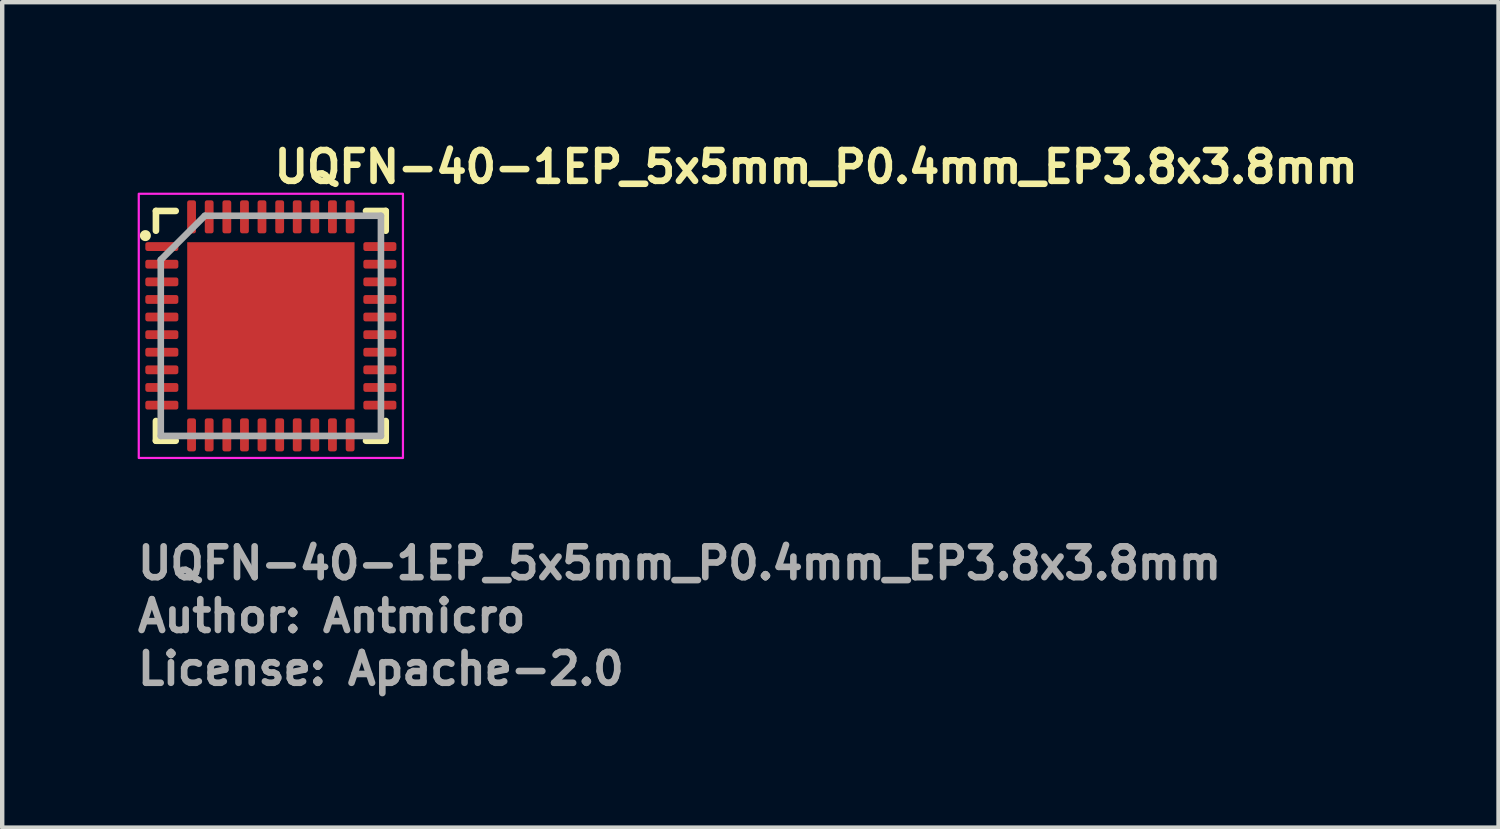
<source format=kicad_pcb>
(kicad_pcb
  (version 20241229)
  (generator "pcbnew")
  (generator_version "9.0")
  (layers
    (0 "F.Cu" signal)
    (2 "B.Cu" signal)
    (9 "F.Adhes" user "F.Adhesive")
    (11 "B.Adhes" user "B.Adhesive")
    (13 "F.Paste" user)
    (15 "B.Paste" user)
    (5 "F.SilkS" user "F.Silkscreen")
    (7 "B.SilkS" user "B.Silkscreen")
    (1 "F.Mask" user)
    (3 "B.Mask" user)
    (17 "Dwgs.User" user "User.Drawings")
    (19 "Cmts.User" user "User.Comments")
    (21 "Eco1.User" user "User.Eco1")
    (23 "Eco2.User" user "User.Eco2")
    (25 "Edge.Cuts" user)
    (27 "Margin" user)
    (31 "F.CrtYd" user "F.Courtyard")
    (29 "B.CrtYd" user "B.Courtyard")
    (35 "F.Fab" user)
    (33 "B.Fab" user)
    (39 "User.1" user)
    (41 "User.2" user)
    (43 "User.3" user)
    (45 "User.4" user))
  (footprint "UQFN-40-1EP_5x5mm_P0.4mm_EP3.8x3.8mm"
    (layer "F.Cu")
    (at 3.101 4.35)
    (property "Reference" "UQFN-40-1EP_5x5mm_P0.4mm_EP3.8x3.8mm" (at 0 -3.2 0) (layer "F.SilkS") (effects (font (size 0.7 0.7) (thickness 0.15)) (justify left bottom)))
    (attr smd)
    (fp_line (start -2.61 -2.161) (end -2.61 -2.61) (stroke (width 0.15) (type solid)) (layer "F.SilkS"))
    (fp_line (start -2.61 2.608) (end -2.61 2.16) (stroke (width 0.15) (type solid)) (layer "F.SilkS"))
    (fp_line (start -2.161 -2.61) (end -2.61 -2.61) (stroke (width 0.15) (type solid)) (layer "F.SilkS"))
    (fp_line (start -2.161 2.608) (end -2.61 2.608) (stroke (width 0.15) (type solid)) (layer "F.SilkS"))
    (fp_line (start 2.16 -2.61) (end 2.608 -2.61) (stroke (width 0.15) (type solid)) (layer "F.SilkS"))
    (fp_line (start 2.16 2.608) (end 2.608 2.608) (stroke (width 0.15) (type solid)) (layer "F.SilkS"))
    (fp_line (start 2.608 -2.61) (end 2.608 -2.161) (stroke (width 0.15) (type solid)) (layer "F.SilkS"))
    (fp_line (start 2.608 2.608) (end 2.608 2.16) (stroke (width 0.15) (type solid)) (layer "F.SilkS"))
    (fp_circle (center -2.85 -2.05) (end -2.8 -2.05) (stroke (width 0.15) (type solid)) (fill yes) (layer "F.SilkS"))
    (fp_rect (start -3 -3) (end 2.999 2.999) (stroke (width 0.05) (type solid)) (fill no) (layer "F.CrtYd"))
    (fp_line (start -2.5 -1.5) (end -1.5 -2.5) (stroke (width 0.15) (type solid)) (layer "F.Fab"))
    (fp_line (start -2.5 2.499) (end -2.5 -1.5) (stroke (width 0.15) (type solid)) (layer "F.Fab"))
    (fp_line (start -1.5 -2.5) (end 2.499 -2.5) (stroke (width 0.15) (type solid)) (layer "F.Fab"))
    (fp_line (start 2.499 -2.5) (end 2.499 2.499) (stroke (width 0.15) (type solid)) (layer "F.Fab"))
    (fp_line (start 2.499 2.499) (end -2.5 2.499) (stroke (width 0.15) (type solid)) (layer "F.Fab"))
    (fp_rect (start -2.5 -2.5) (end 2.499 2.499) (stroke (width 0.1) (type solid)) (fill no) (layer "User.5"))
    (fp_line (start -2.5 -1.901) (end -2.5 -1.7) (stroke (width 0.02) (type solid)) (layer "User.9"))
    (fp_line (start -2.5 -1.7) (end -2.492 -1.7) (stroke (width 0.02) (type solid)) (layer "User.9"))
    (fp_line (start -2.5 -1.5) (end -2.5 -1.301) (stroke (width 0.02) (type solid)) (layer "User.9"))
    (fp_line (start -2.5 -1.301) (end -2.492 -1.301) (stroke (width 0.02) (type solid)) (layer "User.9"))
    (fp_line (start -2.5 -1.101) (end -2.5 -0.902) (stroke (width 0.02) (type solid)) (layer "User.9"))
    (fp_line (start -2.5 -0.902) (end -2.492 -0.902) (stroke (width 0.02) (type solid)) (layer "User.9"))
    (fp_line (start -2.5 -0.701) (end -2.5 -0.5) (stroke (width 0.02) (type solid)) (layer "User.9"))
    (fp_line (start -2.5 -0.5) (end -2.492 -0.5) (stroke (width 0.02) (type solid)) (layer "User.9"))
    (fp_line (start -2.5 -0.3) (end -2.5 -0.102) (stroke (width 0.02) (type solid)) (layer "User.9"))
    (fp_line (start -2.5 -0.102) (end -2.492 -0.102) (stroke (width 0.02) (type solid)) (layer "User.9"))
    (fp_line (start -2.5 0.1) (end -2.5 0.298) (stroke (width 0.02) (type solid)) (layer "User.9"))
    (fp_line (start -2.5 0.298) (end -2.492 0.298) (stroke (width 0.02) (type solid)) (layer "User.9"))
    (fp_line (start -2.5 0.498) (end -2.5 0.699) (stroke (width 0.02) (type solid)) (layer "User.9"))
    (fp_line (start -2.5 0.699) (end -2.492 0.699) (stroke (width 0.02) (type solid)) (layer "User.9"))
    (fp_line (start -2.5 0.9) (end -2.5 1.1) (stroke (width 0.02) (type solid)) (layer "User.9"))
    (fp_line (start -2.5 1.1) (end -2.492 1.1) (stroke (width 0.02) (type solid)) (layer "User.9"))
    (fp_line (start -2.5 1.3) (end -2.5 1.499) (stroke (width 0.02) (type solid)) (layer "User.9"))
    (fp_line (start -2.5 1.499) (end -2.492 1.499) (stroke (width 0.02) (type solid)) (layer "User.9"))
    (fp_line (start -2.5 1.699) (end -2.5 1.898) (stroke (width 0.02) (type solid)) (layer "User.9"))
    (fp_line (start -2.5 1.898) (end -2.492 1.898) (stroke (width 0.02) (type solid)) (layer "User.9"))
    (fp_line (start -2.492 -2.492) (end -2.492 2.49) (stroke (width 0.02) (type solid)) (layer "User.9"))
    (fp_line (start -2.492 -2.492) (end 2.49 -2.492) (stroke (width 0.02) (type solid)) (layer "User.9"))
    (fp_line (start -2.492 -1.901) (end -2.5 -1.901) (stroke (width 0.02) (type solid)) (layer "User.9"))
    (fp_line (start -2.492 -1.5) (end -2.5 -1.5) (stroke (width 0.02) (type solid)) (layer "User.9"))
    (fp_line (start -2.492 -1.101) (end -2.5 -1.101) (stroke (width 0.02) (type solid)) (layer "User.9"))
    (fp_line (start -2.492 -0.701) (end -2.5 -0.701) (stroke (width 0.02) (type solid)) (layer "User.9"))
    (fp_line (start -2.492 -0.3) (end -2.5 -0.3) (stroke (width 0.02) (type solid)) (layer "User.9"))
    (fp_line (start -2.492 0.1) (end -2.5 0.1) (stroke (width 0.02) (type solid)) (layer "User.9"))
    (fp_line (start -2.492 0.498) (end -2.5 0.498) (stroke (width 0.02) (type solid)) (layer "User.9"))
    (fp_line (start -2.492 0.9) (end -2.5 0.9) (stroke (width 0.02) (type solid)) (layer "User.9"))
    (fp_line (start -2.492 1.3) (end -2.5 1.3) (stroke (width 0.02) (type solid)) (layer "User.9"))
    (fp_line (start -2.492 1.699) (end -2.5 1.699) (stroke (width 0.02) (type solid)) (layer "User.9"))
    (fp_line (start -2.492 2.49) (end 2.49 2.49) (stroke (width 0.02) (type solid)) (layer "User.9"))
    (fp_line (start -2.05 -1.813) (end -2.05 -1.801) (stroke (width 0.02) (type solid)) (layer "User.9"))
    (fp_line (start -2.05 -1.801) (end -2.05 -1.801) (stroke (width 0.02) (type solid)) (layer "User.9"))
    (fp_line (start -2.05 -1.801) (end -2.05 -1.788) (stroke (width 0.02) (type solid)) (layer "User.9"))
    (fp_line (start -2.05 -1.788) (end -2.049 -1.776) (stroke (width 0.02) (type solid)) (layer "User.9"))
    (fp_line (start -2.049 -1.827) (end -2.05 -1.813) (stroke (width 0.02) (type solid)) (layer "User.9"))
    (fp_line (start -2.049 -1.776) (end -2.048 -1.762) (stroke (width 0.02) (type solid)) (layer "User.9"))
    (fp_line (start -2.048 -1.839) (end -2.049 -1.827) (stroke (width 0.02) (type solid)) (layer "User.9"))
    (fp_line (start -2.048 -1.762) (end -2.045 -1.75) (stroke (width 0.02) (type solid)) (layer "User.9"))
    (fp_line (start -2.045 -1.851) (end -2.048 -1.839) (stroke (width 0.02) (type solid)) (layer "User.9"))
    (fp_line (start -2.045 -1.75) (end -2.044 -1.738) (stroke (width 0.02) (type solid)) (layer "User.9"))
    (fp_line (start -2.044 -1.863) (end -2.045 -1.851) (stroke (width 0.02) (type solid)) (layer "User.9"))
    (fp_line (start -2.044 -1.738) (end -2.04 -1.726) (stroke (width 0.02) (type solid)) (layer "User.9"))
    (fp_line (start -2.04 -1.875) (end -2.044 -1.863) (stroke (width 0.02) (type solid)) (layer "User.9"))
    (fp_line (start -2.04 -1.726) (end -2.036 -1.716) (stroke (width 0.02) (type solid)) (layer "User.9"))
    (fp_line (start -2.036 -1.887) (end -2.04 -1.875) (stroke (width 0.02) (type solid)) (layer "User.9"))
    (fp_line (start -2.036 -1.716) (end -2.032 -1.704) (stroke (width 0.02) (type solid)) (layer "User.9"))
    (fp_line (start -2.032 -1.899) (end -2.036 -1.887) (stroke (width 0.02) (type solid)) (layer "User.9"))
    (fp_line (start -2.032 -1.704) (end -2.027 -1.692) (stroke (width 0.02) (type solid)) (layer "User.9"))
    (fp_line (start -2.027 -1.909) (end -2.032 -1.899) (stroke (width 0.02) (type solid)) (layer "User.9"))
    (fp_line (start -2.027 -1.692) (end -2.02 -1.682) (stroke (width 0.02) (type solid)) (layer "User.9"))
    (fp_line (start -2.02 -1.92) (end -2.027 -1.909) (stroke (width 0.02) (type solid)) (layer "User.9"))
    (fp_line (start -2.02 -1.682) (end -2.015 -1.672) (stroke (width 0.02) (type solid)) (layer "User.9"))
    (fp_line (start -2.015 -1.93) (end -2.02 -1.92) (stroke (width 0.02) (type solid)) (layer "User.9"))
    (fp_line (start -2.015 -1.672) (end -2.008 -1.661) (stroke (width 0.02) (type solid)) (layer "User.9"))
    (fp_line (start -2.008 -1.94) (end -2.015 -1.93) (stroke (width 0.02) (type solid)) (layer "User.9"))
    (fp_line (start -2.008 -1.661) (end -2.001 -1.651) (stroke (width 0.02) (type solid)) (layer "User.9"))
    (fp_line (start -2.001 -1.95) (end -2.008 -1.94) (stroke (width 0.02) (type solid)) (layer "User.9"))
    (fp_line (start -2.001 -1.651) (end -1.994 -1.641) (stroke (width 0.02) (type solid)) (layer "User.9"))
    (fp_line (start -1.994 -1.96) (end -2.001 -1.95) (stroke (width 0.02) (type solid)) (layer "User.9"))
    (fp_line (start -1.994 -1.641) (end -1.986 -1.633) (stroke (width 0.02) (type solid)) (layer "User.9"))
    (fp_line (start -1.986 -1.97) (end -1.994 -1.96) (stroke (width 0.02) (type solid)) (layer "User.9"))
    (fp_line (start -1.986 -1.633) (end -1.978 -1.625) (stroke (width 0.02) (type solid)) (layer "User.9"))
    (fp_line (start -1.978 -1.978) (end -1.986 -1.97) (stroke (width 0.02) (type solid)) (layer "User.9"))
    (fp_line (start -1.978 -1.625) (end -1.97 -1.615) (stroke (width 0.02) (type solid)) (layer "User.9"))
    (fp_line (start -1.97 -1.986) (end -1.978 -1.978) (stroke (width 0.02) (type solid)) (layer "User.9"))
    (fp_line (start -1.97 -1.615) (end -1.96 -1.609) (stroke (width 0.02) (type solid)) (layer "User.9"))
    (fp_line (start -1.96 -1.994) (end -1.97 -1.986) (stroke (width 0.02) (type solid)) (layer "User.9"))
    (fp_line (start -1.96 -1.609) (end -1.95 -1.601) (stroke (width 0.02) (type solid)) (layer "User.9"))
    (fp_line (start -1.95 -2.001) (end -1.96 -1.994) (stroke (width 0.02) (type solid)) (layer "User.9"))
    (fp_line (start -1.95 -1.601) (end -1.94 -1.593) (stroke (width 0.02) (type solid)) (layer "User.9"))
    (fp_line (start -1.94 -2.008) (end -1.95 -2.001) (stroke (width 0.02) (type solid)) (layer "User.9"))
    (fp_line (start -1.94 -1.593) (end -1.93 -1.587) (stroke (width 0.02) (type solid)) (layer "User.9"))
    (fp_line (start -1.93 -2.015) (end -1.94 -2.008) (stroke (width 0.02) (type solid)) (layer "User.9"))
    (fp_line (start -1.93 -1.587) (end -1.92 -1.581) (stroke (width 0.02) (type solid)) (layer "User.9"))
    (fp_line (start -1.92 -2.02) (end -1.93 -2.015) (stroke (width 0.02) (type solid)) (layer "User.9"))
    (fp_line (start -1.92 -1.581) (end -1.909 -1.575) (stroke (width 0.02) (type solid)) (layer "User.9"))
    (fp_line (start -1.909 -2.027) (end -1.92 -2.02) (stroke (width 0.02) (type solid)) (layer "User.9"))
    (fp_line (start -1.909 -1.575) (end -1.899 -1.571) (stroke (width 0.02) (type solid)) (layer "User.9"))
    (fp_line (start -1.901 -2.5) (end -1.901 -2.492) (stroke (width 0.02) (type solid)) (layer "User.9"))
    (fp_line (start -1.901 2.49) (end -1.901 2.499) (stroke (width 0.02) (type solid)) (layer "User.9"))
    (fp_line (start -1.901 2.499) (end -1.7 2.499) (stroke (width 0.02) (type solid)) (layer "User.9"))
    (fp_line (start -1.899 -2.032) (end -1.909 -2.027) (stroke (width 0.02) (type solid)) (layer "User.9"))
    (fp_line (start -1.899 -1.571) (end -1.887 -1.567) (stroke (width 0.02) (type solid)) (layer "User.9"))
    (fp_line (start -1.887 -2.036) (end -1.899 -2.032) (stroke (width 0.02) (type solid)) (layer "User.9"))
    (fp_line (start -1.887 -1.567) (end -1.875 -1.563) (stroke (width 0.02) (type solid)) (layer "User.9"))
    (fp_line (start -1.875 -2.04) (end -1.887 -2.036) (stroke (width 0.02) (type solid)) (layer "User.9"))
    (fp_line (start -1.875 -1.563) (end -1.863 -1.559) (stroke (width 0.02) (type solid)) (layer "User.9"))
    (fp_line (start -1.863 -2.044) (end -1.875 -2.04) (stroke (width 0.02) (type solid)) (layer "User.9"))
    (fp_line (start -1.863 -1.559) (end -1.851 -1.557) (stroke (width 0.02) (type solid)) (layer "User.9"))
    (fp_line (start -1.851 -2.045) (end -1.863 -2.044) (stroke (width 0.02) (type solid)) (layer "User.9"))
    (fp_line (start -1.851 -1.557) (end -1.839 -1.553) (stroke (width 0.02) (type solid)) (layer "User.9"))
    (fp_line (start -1.839 -2.048) (end -1.851 -2.045) (stroke (width 0.02) (type solid)) (layer "User.9"))
    (fp_line (start -1.839 -1.553) (end -1.827 -1.553) (stroke (width 0.02) (type solid)) (layer "User.9"))
    (fp_line (start -1.827 -2.049) (end -1.839 -2.048) (stroke (width 0.02) (type solid)) (layer "User.9"))
    (fp_line (start -1.827 -1.553) (end -1.813 -1.551) (stroke (width 0.02) (type solid)) (layer "User.9"))
    (fp_line (start -1.813 -2.05) (end -1.827 -2.049) (stroke (width 0.02) (type solid)) (layer "User.9"))
    (fp_line (start -1.813 -1.551) (end -1.801 -1.551) (stroke (width 0.02) (type solid)) (layer "User.9"))
    (fp_line (start -1.801 -2.05) (end -1.813 -2.05) (stroke (width 0.02) (type solid)) (layer "User.9"))
    (fp_line (start -1.801 -2.05) (end -1.801 -2.05) (stroke (width 0.02) (type solid)) (layer "User.9"))
    (fp_line (start -1.801 -1.551) (end -1.801 -1.551) (stroke (width 0.02) (type solid)) (layer "User.9"))
    (fp_line (start -1.801 -1.551) (end -1.788 -1.551) (stroke (width 0.02) (type solid)) (layer "User.9"))
    (fp_line (start -1.788 -2.05) (end -1.801 -2.05) (stroke (width 0.02) (type solid)) (layer "User.9"))
    (fp_line (start -1.788 -1.551) (end -1.776 -1.553) (stroke (width 0.02) (type solid)) (layer "User.9"))
    (fp_line (start -1.776 -2.049) (end -1.788 -2.05) (stroke (width 0.02) (type solid)) (layer "User.9"))
    (fp_line (start -1.776 -1.553) (end -1.762 -1.553) (stroke (width 0.02) (type solid)) (layer "User.9"))
    (fp_line (start -1.762 -2.048) (end -1.776 -2.049) (stroke (width 0.02) (type solid)) (layer "User.9"))
    (fp_line (start -1.762 -1.553) (end -1.75 -1.557) (stroke (width 0.02) (type solid)) (layer "User.9"))
    (fp_line (start -1.75 -2.045) (end -1.762 -2.048) (stroke (width 0.02) (type solid)) (layer "User.9"))
    (fp_line (start -1.75 -1.557) (end -1.738 -1.559) (stroke (width 0.02) (type solid)) (layer "User.9"))
    (fp_line (start -1.738 -2.044) (end -1.75 -2.045) (stroke (width 0.02) (type solid)) (layer "User.9"))
    (fp_line (start -1.738 -1.559) (end -1.726 -1.563) (stroke (width 0.02) (type solid)) (layer "User.9"))
    (fp_line (start -1.726 -2.04) (end -1.738 -2.044) (stroke (width 0.02) (type solid)) (layer "User.9"))
    (fp_line (start -1.726 -1.563) (end -1.716 -1.567) (stroke (width 0.02) (type solid)) (layer "User.9"))
    (fp_line (start -1.716 -2.036) (end -1.726 -2.04) (stroke (width 0.02) (type solid)) (layer "User.9"))
    (fp_line (start -1.716 -1.567) (end -1.704 -1.571) (stroke (width 0.02) (type solid)) (layer "User.9"))
    (fp_line (start -1.704 -2.032) (end -1.716 -2.036) (stroke (width 0.02) (type solid)) (layer "User.9"))
    (fp_line (start -1.704 -1.571) (end -1.692 -1.575) (stroke (width 0.02) (type solid)) (layer "User.9"))
    (fp_line (start -1.7 -2.5) (end -1.901 -2.5) (stroke (width 0.02) (type solid)) (layer "User.9"))
    (fp_line (start -1.7 -2.492) (end -1.7 -2.5) (stroke (width 0.02) (type solid)) (layer "User.9"))
    (fp_line (start -1.7 2.499) (end -1.7 2.49) (stroke (width 0.02) (type solid)) (layer "User.9"))
    (fp_line (start -1.692 -2.027) (end -1.704 -2.032) (stroke (width 0.02) (type solid)) (layer "User.9"))
    (fp_line (start -1.692 -1.575) (end -1.682 -1.581) (stroke (width 0.02) (type solid)) (layer "User.9"))
    (fp_line (start -1.682 -2.02) (end -1.692 -2.027) (stroke (width 0.02) (type solid)) (layer "User.9"))
    (fp_line (start -1.682 -1.581) (end -1.672 -1.587) (stroke (width 0.02) (type solid)) (layer "User.9"))
    (fp_line (start -1.672 -2.015) (end -1.682 -2.02) (stroke (width 0.02) (type solid)) (layer "User.9"))
    (fp_line (start -1.672 -1.587) (end -1.661 -1.593) (stroke (width 0.02) (type solid)) (layer "User.9"))
    (fp_line (start -1.661 -2.008) (end -1.672 -2.015) (stroke (width 0.02) (type solid)) (layer "User.9"))
    (fp_line (start -1.661 -1.593) (end -1.651 -1.601) (stroke (width 0.02) (type solid)) (layer "User.9"))
    (fp_line (start -1.651 -2.001) (end -1.661 -2.008) (stroke (width 0.02) (type solid)) (layer "User.9"))
    (fp_line (start -1.651 -1.601) (end -1.641 -1.609) (stroke (width 0.02) (type solid)) (layer "User.9"))
    (fp_line (start -1.641 -1.994) (end -1.651 -2.001) (stroke (width 0.02) (type solid)) (layer "User.9"))
    (fp_line (start -1.641 -1.609) (end -1.633 -1.615) (stroke (width 0.02) (type solid)) (layer "User.9"))
    (fp_line (start -1.633 -1.986) (end -1.641 -1.994) (stroke (width 0.02) (type solid)) (layer "User.9"))
    (fp_line (start -1.633 -1.615) (end -1.625 -1.625) (stroke (width 0.02) (type solid)) (layer "User.9"))
    (fp_line (start -1.625 -1.978) (end -1.633 -1.986) (stroke (width 0.02) (type solid)) (layer "User.9"))
    (fp_line (start -1.625 -1.625) (end -1.615 -1.633) (stroke (width 0.02) (type solid)) (layer "User.9"))
    (fp_line (start -1.615 -1.97) (end -1.625 -1.978) (stroke (width 0.02) (type solid)) (layer "User.9"))
    (fp_line (start -1.615 -1.633) (end -1.609 -1.641) (stroke (width 0.02) (type solid)) (layer "User.9"))
    (fp_line (start -1.609 -1.96) (end -1.615 -1.97) (stroke (width 0.02) (type solid)) (layer "User.9"))
    (fp_line (start -1.609 -1.641) (end -1.601 -1.651) (stroke (width 0.02) (type solid)) (layer "User.9"))
    (fp_line (start -1.601 -1.95) (end -1.609 -1.96) (stroke (width 0.02) (type solid)) (layer "User.9"))
    (fp_line (start -1.601 -1.651) (end -1.593 -1.661) (stroke (width 0.02) (type solid)) (layer "User.9"))
    (fp_line (start -1.593 -1.94) (end -1.601 -1.95) (stroke (width 0.02) (type solid)) (layer "User.9"))
    (fp_line (start -1.593 -1.661) (end -1.587 -1.672) (stroke (width 0.02) (type solid)) (layer "User.9"))
    (fp_line (start -1.587 -1.93) (end -1.593 -1.94) (stroke (width 0.02) (type solid)) (layer "User.9"))
    (fp_line (start -1.587 -1.672) (end -1.581 -1.682) (stroke (width 0.02) (type solid)) (layer "User.9"))
    (fp_line (start -1.581 -1.92) (end -1.587 -1.93) (stroke (width 0.02) (type solid)) (layer "User.9"))
    (fp_line (start -1.581 -1.682) (end -1.575 -1.692) (stroke (width 0.02) (type solid)) (layer "User.9"))
    (fp_line (start -1.575 -1.909) (end -1.581 -1.92) (stroke (width 0.02) (type solid)) (layer "User.9"))
    (fp_line (start -1.575 -1.692) (end -1.571 -1.704) (stroke (width 0.02) (type solid)) (layer "User.9"))
    (fp_line (start -1.571 -1.899) (end -1.575 -1.909) (stroke (width 0.02) (type solid)) (layer "User.9"))
    (fp_line (start -1.571 -1.704) (end -1.567 -1.716) (stroke (width 0.02) (type solid)) (layer "User.9"))
    (fp_line (start -1.567 -1.887) (end -1.571 -1.899) (stroke (width 0.02) (type solid)) (layer "User.9"))
    (fp_line (start -1.567 -1.716) (end -1.563 -1.726) (stroke (width 0.02) (type solid)) (layer "User.9"))
    (fp_line (start -1.563 -1.875) (end -1.567 -1.887) (stroke (width 0.02) (type solid)) (layer "User.9"))
    (fp_line (start -1.563 -1.726) (end -1.559 -1.738) (stroke (width 0.02) (type solid)) (layer "User.9"))
    (fp_line (start -1.559 -1.863) (end -1.563 -1.875) (stroke (width 0.02) (type solid)) (layer "User.9"))
    (fp_line (start -1.559 -1.738) (end -1.557 -1.75) (stroke (width 0.02) (type solid)) (layer "User.9"))
    (fp_line (start -1.557 -1.851) (end -1.559 -1.863) (stroke (width 0.02) (type solid)) (layer "User.9"))
    (fp_line (start -1.557 -1.75) (end -1.553 -1.762) (stroke (width 0.02) (type solid)) (layer "User.9"))
    (fp_line (start -1.553 -1.839) (end -1.557 -1.851) (stroke (width 0.02) (type solid)) (layer "User.9"))
    (fp_line (start -1.553 -1.827) (end -1.553 -1.839) (stroke (width 0.02) (type solid)) (layer "User.9"))
    (fp_line (start -1.553 -1.776) (end -1.551 -1.788) (stroke (width 0.02) (type solid)) (layer "User.9"))
    (fp_line (start -1.553 -1.762) (end -1.553 -1.776) (stroke (width 0.02) (type solid)) (layer "User.9"))
    (fp_line (start -1.551 -1.813) (end -1.553 -1.827) (stroke (width 0.02) (type solid)) (layer "User.9"))
    (fp_line (start -1.551 -1.801) (end -1.551 -1.813) (stroke (width 0.02) (type solid)) (layer "User.9"))
    (fp_line (start -1.551 -1.801) (end -1.551 -1.801) (stroke (width 0.02) (type solid)) (layer "User.9"))
    (fp_line (start -1.551 -1.801) (end -1.551 -1.801) (stroke (width 0.02) (type solid)) (layer "User.9"))
    (fp_line (start -1.551 -1.788) (end -1.551 -1.801) (stroke (width 0.02) (type solid)) (layer "User.9"))
    (fp_line (start -1.5 -2.5) (end -1.5 -2.492) (stroke (width 0.02) (type solid)) (layer "User.9"))
    (fp_line (start -1.5 2.49) (end -1.5 2.499) (stroke (width 0.02) (type solid)) (layer "User.9"))
    (fp_line (start -1.5 2.499) (end -1.301 2.499) (stroke (width 0.02) (type solid)) (layer "User.9"))
    (fp_line (start -1.301 -2.5) (end -1.5 -2.5) (stroke (width 0.02) (type solid)) (layer "User.9"))
    (fp_line (start -1.301 -2.492) (end -1.301 -2.5) (stroke (width 0.02) (type solid)) (layer "User.9"))
    (fp_line (start -1.301 2.499) (end -1.301 2.49) (stroke (width 0.02) (type solid)) (layer "User.9"))
    (fp_line (start -1.101 -2.5) (end -1.101 -2.492) (stroke (width 0.02) (type solid)) (layer "User.9"))
    (fp_line (start -1.101 2.49) (end -1.101 2.499) (stroke (width 0.02) (type solid)) (layer "User.9"))
    (fp_line (start -1.101 2.499) (end -0.902 2.499) (stroke (width 0.02) (type solid)) (layer "User.9"))
    (fp_line (start -0.902 -2.5) (end -1.101 -2.5) (stroke (width 0.02) (type solid)) (layer "User.9"))
    (fp_line (start -0.902 -2.492) (end -0.902 -2.5) (stroke (width 0.02) (type solid)) (layer "User.9"))
    (fp_line (start -0.902 2.499) (end -0.902 2.49) (stroke (width 0.02) (type solid)) (layer "User.9"))
    (fp_line (start -0.701 -2.5) (end -0.701 -2.492) (stroke (width 0.02) (type solid)) (layer "User.9"))
    (fp_line (start -0.701 2.49) (end -0.701 2.499) (stroke (width 0.02) (type solid)) (layer "User.9"))
    (fp_line (start -0.701 2.499) (end -0.5 2.499) (stroke (width 0.02) (type solid)) (layer "User.9"))
    (fp_line (start -0.5 -2.5) (end -0.701 -2.5) (stroke (width 0.02) (type solid)) (layer "User.9"))
    (fp_line (start -0.5 -2.492) (end -0.5 -2.5) (stroke (width 0.02) (type solid)) (layer "User.9"))
    (fp_line (start -0.5 2.499) (end -0.5 2.49) (stroke (width 0.02) (type solid)) (layer "User.9"))
    (fp_line (start -0.3 -2.5) (end -0.3 -2.492) (stroke (width 0.02) (type solid)) (layer "User.9"))
    (fp_line (start -0.3 2.49) (end -0.3 2.499) (stroke (width 0.02) (type solid)) (layer "User.9"))
    (fp_line (start -0.3 2.499) (end -0.102 2.499) (stroke (width 0.02) (type solid)) (layer "User.9"))
    (fp_line (start -0.102 -2.5) (end -0.3 -2.5) (stroke (width 0.02) (type solid)) (layer "User.9"))
    (fp_line (start -0.102 -2.492) (end -0.102 -2.5) (stroke (width 0.02) (type solid)) (layer "User.9"))
    (fp_line (start -0.102 2.499) (end -0.102 2.49) (stroke (width 0.02) (type solid)) (layer "User.9"))
    (fp_line (start 0.1 -2.5) (end 0.1 -2.492) (stroke (width 0.02) (type solid)) (layer "User.9"))
    (fp_line (start 0.1 2.49) (end 0.1 2.499) (stroke (width 0.02) (type solid)) (layer "User.9"))
    (fp_line (start 0.1 2.499) (end 0.298 2.499) (stroke (width 0.02) (type solid)) (layer "User.9"))
    (fp_line (start 0.298 -2.5) (end 0.1 -2.5) (stroke (width 0.02) (type solid)) (layer "User.9"))
    (fp_line (start 0.298 -2.492) (end 0.298 -2.5) (stroke (width 0.02) (type solid)) (layer "User.9"))
    (fp_line (start 0.298 2.499) (end 0.298 2.49) (stroke (width 0.02) (type solid)) (layer "User.9"))
    (fp_line (start 0.498 -2.5) (end 0.498 -2.492) (stroke (width 0.02) (type solid)) (layer "User.9"))
    (fp_line (start 0.498 2.49) (end 0.498 2.499) (stroke (width 0.02) (type solid)) (layer "User.9"))
    (fp_line (start 0.498 2.499) (end 0.699 2.499) (stroke (width 0.02) (type solid)) (layer "User.9"))
    (fp_line (start 0.699 -2.5) (end 0.498 -2.5) (stroke (width 0.02) (type solid)) (layer "User.9"))
    (fp_line (start 0.699 -2.492) (end 0.699 -2.5) (stroke (width 0.02) (type solid)) (layer "User.9"))
    (fp_line (start 0.699 2.499) (end 0.699 2.49) (stroke (width 0.02) (type solid)) (layer "User.9"))
    (fp_line (start 0.9 -2.5) (end 0.9 -2.492) (stroke (width 0.02) (type solid)) (layer "User.9"))
    (fp_line (start 0.9 2.49) (end 0.9 2.499) (stroke (width 0.02) (type solid)) (layer "User.9"))
    (fp_line (start 0.9 2.499) (end 1.1 2.499) (stroke (width 0.02) (type solid)) (layer "User.9"))
    (fp_line (start 1.1 -2.5) (end 0.9 -2.5) (stroke (width 0.02) (type solid)) (layer "User.9"))
    (fp_line (start 1.1 -2.492) (end 1.1 -2.5) (stroke (width 0.02) (type solid)) (layer "User.9"))
    (fp_line (start 1.1 2.499) (end 1.1 2.49) (stroke (width 0.02) (type solid)) (layer "User.9"))
    (fp_line (start 1.3 -2.5) (end 1.3 -2.492) (stroke (width 0.02) (type solid)) (layer "User.9"))
    (fp_line (start 1.3 2.49) (end 1.3 2.499) (stroke (width 0.02) (type solid)) (layer "User.9"))
    (fp_line (start 1.3 2.499) (end 1.499 2.499) (stroke (width 0.02) (type solid)) (layer "User.9"))
    (fp_line (start 1.499 -2.5) (end 1.3 -2.5) (stroke (width 0.02) (type solid)) (layer "User.9"))
    (fp_line (start 1.499 -2.492) (end 1.499 -2.5) (stroke (width 0.02) (type solid)) (layer "User.9"))
    (fp_line (start 1.499 2.499) (end 1.499 2.49) (stroke (width 0.02) (type solid)) (layer "User.9"))
    (fp_line (start 1.699 -2.5) (end 1.699 -2.492) (stroke (width 0.02) (type solid)) (layer "User.9"))
    (fp_line (start 1.699 2.49) (end 1.699 2.499) (stroke (width 0.02) (type solid)) (layer "User.9"))
    (fp_line (start 1.699 2.499) (end 1.898 2.499) (stroke (width 0.02) (type solid)) (layer "User.9"))
    (fp_line (start 1.898 -2.5) (end 1.699 -2.5) (stroke (width 0.02) (type solid)) (layer "User.9"))
    (fp_line (start 1.898 -2.492) (end 1.898 -2.5) (stroke (width 0.02) (type solid)) (layer "User.9"))
    (fp_line (start 1.898 2.499) (end 1.898 2.49) (stroke (width 0.02) (type solid)) (layer "User.9"))
    (fp_line (start 2.49 -2.492) (end 2.49 2.49) (stroke (width 0.02) (type solid)) (layer "User.9"))
    (fp_line (start 2.49 -1.7) (end 2.499 -1.7) (stroke (width 0.02) (type solid)) (layer "User.9"))
    (fp_line (start 2.49 -1.301) (end 2.499 -1.301) (stroke (width 0.02) (type solid)) (layer "User.9"))
    (fp_line (start 2.49 -0.902) (end 2.499 -0.902) (stroke (width 0.02) (type solid)) (layer "User.9"))
    (fp_line (start 2.49 -0.5) (end 2.499 -0.5) (stroke (width 0.02) (type solid)) (layer "User.9"))
    (fp_line (start 2.49 -0.102) (end 2.499 -0.102) (stroke (width 0.02) (type solid)) (layer "User.9"))
    (fp_line (start 2.49 0.298) (end 2.499 0.298) (stroke (width 0.02) (type solid)) (layer "User.9"))
    (fp_line (start 2.49 0.699) (end 2.499 0.699) (stroke (width 0.02) (type solid)) (layer "User.9"))
    (fp_line (start 2.49 1.1) (end 2.499 1.1) (stroke (width 0.02) (type solid)) (layer "User.9"))
    (fp_line (start 2.49 1.499) (end 2.499 1.499) (stroke (width 0.02) (type solid)) (layer "User.9"))
    (fp_line (start 2.49 1.898) (end 2.499 1.898) (stroke (width 0.02) (type solid)) (layer "User.9"))
    (fp_line (start 2.499 -1.901) (end 2.49 -1.901) (stroke (width 0.02) (type solid)) (layer "User.9"))
    (fp_line (start 2.499 -1.7) (end 2.499 -1.901) (stroke (width 0.02) (type solid)) (layer "User.9"))
    (fp_line (start 2.499 -1.5) (end 2.49 -1.5) (stroke (width 0.02) (type solid)) (layer "User.9"))
    (fp_line (start 2.499 -1.301) (end 2.499 -1.5) (stroke (width 0.02) (type solid)) (layer "User.9"))
    (fp_line (start 2.499 -1.101) (end 2.49 -1.101) (stroke (width 0.02) (type solid)) (layer "User.9"))
    (fp_line (start 2.499 -0.902) (end 2.499 -1.101) (stroke (width 0.02) (type solid)) (layer "User.9"))
    (fp_line (start 2.499 -0.701) (end 2.49 -0.701) (stroke (width 0.02) (type solid)) (layer "User.9"))
    (fp_line (start 2.499 -0.5) (end 2.499 -0.701) (stroke (width 0.02) (type solid)) (layer "User.9"))
    (fp_line (start 2.499 -0.3) (end 2.49 -0.3) (stroke (width 0.02) (type solid)) (layer "User.9"))
    (fp_line (start 2.499 -0.102) (end 2.499 -0.3) (stroke (width 0.02) (type solid)) (layer "User.9"))
    (fp_line (start 2.499 0.1) (end 2.49 0.1) (stroke (width 0.02) (type solid)) (layer "User.9"))
    (fp_line (start 2.499 0.298) (end 2.499 0.1) (stroke (width 0.02) (type solid)) (layer "User.9"))
    (fp_line (start 2.499 0.498) (end 2.49 0.498) (stroke (width 0.02) (type solid)) (layer "User.9"))
    (fp_line (start 2.499 0.699) (end 2.499 0.498) (stroke (width 0.02) (type solid)) (layer "User.9"))
    (fp_line (start 2.499 0.9) (end 2.49 0.9) (stroke (width 0.02) (type solid)) (layer "User.9"))
    (fp_line (start 2.499 1.1) (end 2.499 0.9) (stroke (width 0.02) (type solid)) (layer "User.9"))
    (fp_line (start 2.499 1.3) (end 2.49 1.3) (stroke (width 0.02) (type solid)) (layer "User.9"))
    (fp_line (start 2.499 1.499) (end 2.499 1.3) (stroke (width 0.02) (type solid)) (layer "User.9"))
    (fp_line (start 2.499 1.699) (end 2.49 1.699) (stroke (width 0.02) (type solid)) (layer "User.9"))
    (fp_line (start 2.499 1.898) (end 2.499 1.699) (stroke (width 0.02) (type solid)) (layer "User.9"))
    (fp_text user "Author: Antmicro" (at -3.101 6.999 0) (layer "F.Fab") (effects (font (size 0.7 0.7) (thickness 0.15)) (justify left bottom)))
    (fp_text user "${REFERENCE}" (at -3.101 5.799 0) (layer "F.Fab") (effects (font (size 0.7 0.7) (thickness 0.15)) (justify left bottom)))
    (fp_text user "License: Apache-2.0" (at -3.101 8.198 0) (layer "F.Fab") (effects (font (size 0.7 0.7) (thickness 0.15)) (justify left bottom)))
    (pad "" smd roundrect (at -1.27 -1.27) (size 1.02 1.02) (layers "F.Paste") (roundrect_rratio 0.245))
    (pad "" smd roundrect (at -1.27 0) (size 1.02 1.02) (layers "F.Paste") (roundrect_rratio 0.245))
    (pad "" smd roundrect (at -1.27 1.269) (size 1.02 1.02) (layers "F.Paste") (roundrect_rratio 0.245))
    (pad "" smd roundrect (at 0 -1.27) (size 1.02 1.02) (layers "F.Paste") (roundrect_rratio 0.245))
    (pad "" smd roundrect (at 0 0) (size 1.02 1.02) (layers "F.Paste") (roundrect_rratio 0.245))
    (pad "" smd roundrect (at 0 1.269) (size 1.02 1.02) (layers "F.Paste") (roundrect_rratio 0.245))
    (pad "" smd roundrect (at 1.269 -1.27) (size 1.02 1.02) (layers "F.Paste") (roundrect_rratio 0.245))
    (pad "" smd roundrect (at 1.269 0) (size 1.02 1.02) (layers "F.Paste") (roundrect_rratio 0.245))
    (pad "" smd roundrect (at 1.269 1.269) (size 1.02 1.02) (layers "F.Paste") (roundrect_rratio 0.245))
    (pad "1" smd roundrect (at -2.476 -1.801) (size 0.75 0.2) (layers "F.Cu" "F.Mask" "F.Paste") (roundrect_rratio 0.25))
    (pad "2" smd roundrect (at -2.476 -1.401) (size 0.75 0.2) (layers "F.Cu" "F.Mask" "F.Paste") (roundrect_rratio 0.25))
    (pad "3" smd roundrect (at -2.476 -1) (size 0.75 0.2) (layers "F.Cu" "F.Mask" "F.Paste") (roundrect_rratio 0.25))
    (pad "4" smd roundrect (at -2.476 -0.6) (size 0.75 0.2) (layers "F.Cu" "F.Mask" "F.Paste") (roundrect_rratio 0.25))
    (pad "5" smd roundrect (at -2.476 -0.202) (size 0.75 0.2) (layers "F.Cu" "F.Mask" "F.Paste") (roundrect_rratio 0.25))
    (pad "6" smd roundrect (at -2.476 0.2) (size 0.75 0.2) (layers "F.Cu" "F.Mask" "F.Paste") (roundrect_rratio 0.25))
    (pad "7" smd roundrect (at -2.476 0.598) (size 0.75 0.2) (layers "F.Cu" "F.Mask" "F.Paste") (roundrect_rratio 0.25))
    (pad "8" smd roundrect (at -2.476 0.998) (size 0.75 0.2) (layers "F.Cu" "F.Mask" "F.Paste") (roundrect_rratio 0.25))
    (pad "9" smd roundrect (at -2.476 1.398) (size 0.75 0.2) (layers "F.Cu" "F.Mask" "F.Paste") (roundrect_rratio 0.25))
    (pad "10" smd roundrect (at -2.476 1.8) (size 0.75 0.2) (layers "F.Cu" "F.Mask" "F.Paste") (roundrect_rratio 0.25))
    (pad "11" smd roundrect (at -1.801 2.475) (size 0.2 0.75) (layers "F.Cu" "F.Mask" "F.Paste") (roundrect_rratio 0.25))
    (pad "12" smd roundrect (at -1.401 2.475) (size 0.2 0.75) (layers "F.Cu" "F.Mask" "F.Paste") (roundrect_rratio 0.25))
    (pad "13" smd roundrect (at -1 2.475) (size 0.2 0.75) (layers "F.Cu" "F.Mask" "F.Paste") (roundrect_rratio 0.25))
    (pad "14" smd roundrect (at -0.6 2.475) (size 0.2 0.75) (layers "F.Cu" "F.Mask" "F.Paste") (roundrect_rratio 0.25))
    (pad "15" smd roundrect (at -0.202 2.475) (size 0.2 0.75) (layers "F.Cu" "F.Mask" "F.Paste") (roundrect_rratio 0.25))
    (pad "16" smd roundrect (at 0.2 2.475) (size 0.2 0.75) (layers "F.Cu" "F.Mask" "F.Paste") (roundrect_rratio 0.25))
    (pad "17" smd roundrect (at 0.598 2.475) (size 0.2 0.75) (layers "F.Cu" "F.Mask" "F.Paste") (roundrect_rratio 0.25))
    (pad "18" smd roundrect (at 0.998 2.475) (size 0.2 0.75) (layers "F.Cu" "F.Mask" "F.Paste") (roundrect_rratio 0.25))
    (pad "19" smd roundrect (at 1.398 2.475) (size 0.2 0.75) (layers "F.Cu" "F.Mask" "F.Paste") (roundrect_rratio 0.25))
    (pad "20" smd roundrect (at 1.8 2.475) (size 0.2 0.75) (layers "F.Cu" "F.Mask" "F.Paste") (roundrect_rratio 0.25))
    (pad "21" smd roundrect (at 2.475 1.8) (size 0.75 0.2) (layers "F.Cu" "F.Mask" "F.Paste") (roundrect_rratio 0.25))
    (pad "22" smd roundrect (at 2.475 1.398) (size 0.75 0.2) (layers "F.Cu" "F.Mask" "F.Paste") (roundrect_rratio 0.25))
    (pad "23" smd roundrect (at 2.475 0.998) (size 0.75 0.2) (layers "F.Cu" "F.Mask" "F.Paste") (roundrect_rratio 0.25))
    (pad "24" smd roundrect (at 2.475 0.598) (size 0.75 0.2) (layers "F.Cu" "F.Mask" "F.Paste") (roundrect_rratio 0.25))
    (pad "25" smd roundrect (at 2.475 0.2) (size 0.75 0.2) (layers "F.Cu" "F.Mask" "F.Paste") (roundrect_rratio 0.25))
    (pad "26" smd roundrect (at 2.475 -0.202) (size 0.75 0.2) (layers "F.Cu" "F.Mask" "F.Paste") (roundrect_rratio 0.25))
    (pad "27" smd roundrect (at 2.475 -0.6) (size 0.75 0.2) (layers "F.Cu" "F.Mask" "F.Paste") (roundrect_rratio 0.25))
    (pad "28" smd roundrect (at 2.475 -1) (size 0.75 0.2) (layers "F.Cu" "F.Mask" "F.Paste") (roundrect_rratio 0.25))
    (pad "29" smd roundrect (at 2.475 -1.401) (size 0.75 0.2) (layers "F.Cu" "F.Mask" "F.Paste") (roundrect_rratio 0.25))
    (pad "30" smd roundrect (at 2.475 -1.801) (size 0.75 0.2) (layers "F.Cu" "F.Mask" "F.Paste") (roundrect_rratio 0.25))
    (pad "31" smd roundrect (at 1.8 -2.476) (size 0.2 0.75) (layers "F.Cu" "F.Mask" "F.Paste") (roundrect_rratio 0.25))
    (pad "32" smd roundrect (at 1.398 -2.476) (size 0.2 0.75) (layers "F.Cu" "F.Mask" "F.Paste") (roundrect_rratio 0.25))
    (pad "33" smd roundrect (at 0.998 -2.476) (size 0.2 0.75) (layers "F.Cu" "F.Mask" "F.Paste") (roundrect_rratio 0.25))
    (pad "34" smd roundrect (at 0.598 -2.476) (size 0.2 0.75) (layers "F.Cu" "F.Mask" "F.Paste") (roundrect_rratio 0.25))
    (pad "35" smd roundrect (at 0.2 -2.476) (size 0.2 0.75) (layers "F.Cu" "F.Mask" "F.Paste") (roundrect_rratio 0.25))
    (pad "36" smd roundrect (at -0.202 -2.476) (size 0.2 0.75) (layers "F.Cu" "F.Mask" "F.Paste") (roundrect_rratio 0.25))
    (pad "37" smd roundrect (at -0.6 -2.476) (size 0.2 0.75) (layers "F.Cu" "F.Mask" "F.Paste") (roundrect_rratio 0.25))
    (pad "38" smd roundrect (at -1 -2.476) (size 0.2 0.75) (layers "F.Cu" "F.Mask" "F.Paste") (roundrect_rratio 0.25))
    (pad "39" smd roundrect (at -1.401 -2.476) (size 0.2 0.75) (layers "F.Cu" "F.Mask" "F.Paste") (roundrect_rratio 0.25))
    (pad "40" smd roundrect (at -1.801 -2.476) (size 0.2 0.75) (layers "F.Cu" "F.Mask" "F.Paste") (roundrect_rratio 0.25))
    (pad "41" smd rect (at 0 0) (size 3.8 3.8) (layers "F.Cu" "F.Mask")))
  (gr_rect
    (start -3 -3)
    (end 30.978 15.743)
    (stroke (width 0.1) (type default))
    (fill no)
    (layer "Edge.Cuts")))
</source>
